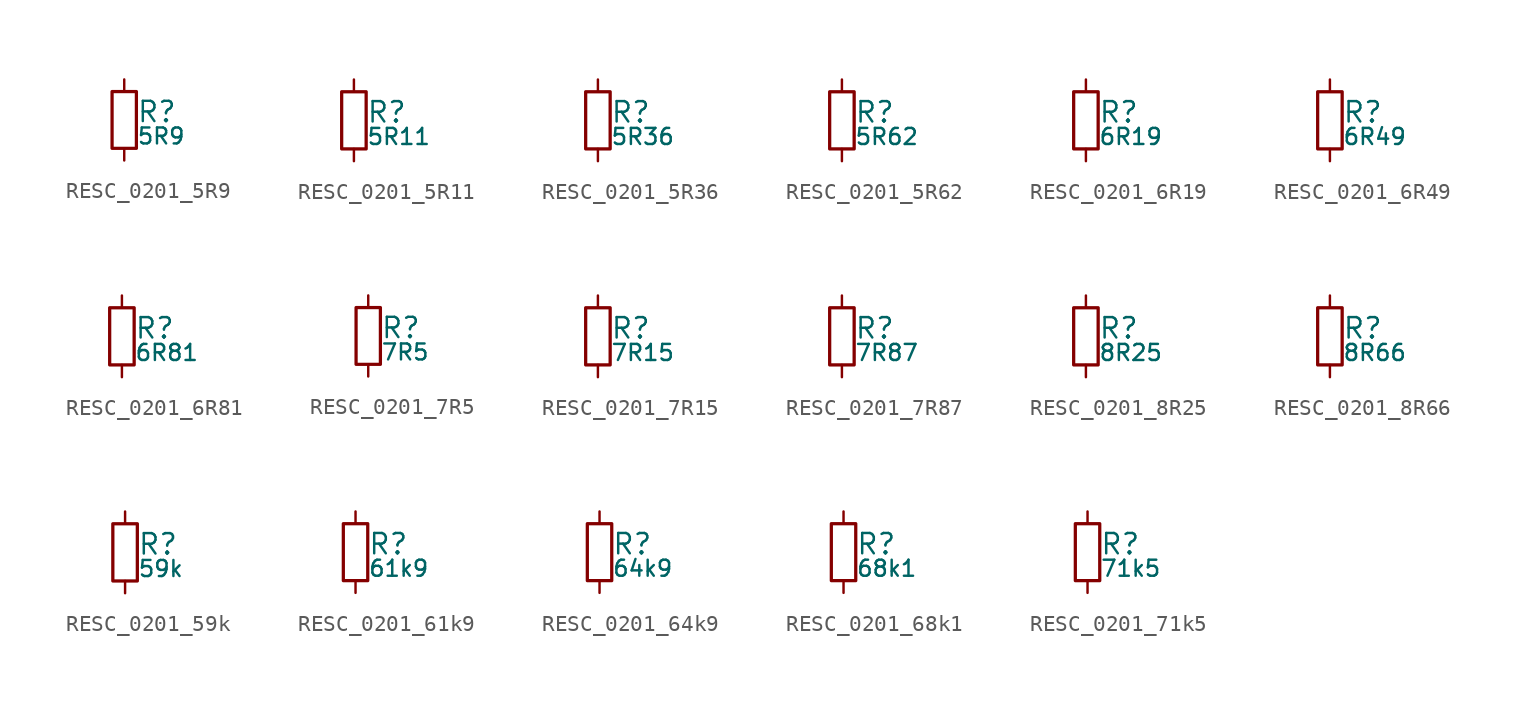
<source format=kicad_sym>
(kicad_symbol_lib
  (version 20211014)
  (generator kicad_LibGenerator)
  (symbol "RESC_0201_5R9"
    (pin_numbers hide)
    (pin_names
      (offset 0.254) hide)
    (property "Reference" "R"
      (at 0.762 0.508 0)
      (effects (font (size 1.27 1.27)) (justify left)))
    (property "Value" "5R9"
      (at 0.762 -1.016 0)
      (effects (font (size 1.00 1.00)) (justify left)))
    (symbol "RESC_0201_5R9_0_1"
      (rectangle (start -0.762 1.778) (end 0.762 -1.778) (stroke (width 0.203) (type default) (color 0 0 0 0)) (fill (type none))))
    (symbol "RESC_0201_5R9_1_1"
      (pin passive line (at 0 2.54 270) (length 0.762) (name "~" (effects (font (size 1.27 1.27)))) (number "1" (effects (font (size 1.27 1.27)))))
      (pin passive line (at 0 -2.54 90) (length 0.762) (name "~" (effects (font (size 1.27 1.27)))) (number "2" (effects (font (size 1.27 1.27)))))))
  (symbol "RESC_0201_5R11"
    (pin_numbers hide)
    (pin_names
      (offset 0.254) hide)
    (property "Reference" "R"
      (at 0.762 0.508 0)
      (effects (font (size 1.27 1.27)) (justify left)))
    (property "Value" "5R11"
      (at 0.762 -1.016 0)
      (effects (font (size 1.00 1.00)) (justify left)))
    (symbol "RESC_0201_5R11_0_1"
      (rectangle (start -0.762 1.778) (end 0.762 -1.778) (stroke (width 0.203) (type default) (color 0 0 0 0)) (fill (type none))))
    (symbol "RESC_0201_5R11_1_1"
      (pin passive line (at 0 2.54 270) (length 0.762) (name "~" (effects (font (size 1.27 1.27)))) (number "1" (effects (font (size 1.27 1.27)))))
      (pin passive line (at 0 -2.54 90) (length 0.762) (name "~" (effects (font (size 1.27 1.27)))) (number "2" (effects (font (size 1.27 1.27)))))))
  (symbol "RESC_0201_5R36"
    (pin_numbers hide)
    (pin_names
      (offset 0.254) hide)
    (property "Reference" "R"
      (at 0.762 0.508 0)
      (effects (font (size 1.27 1.27)) (justify left)))
    (property "Value" "5R36"
      (at 0.762 -1.016 0)
      (effects (font (size 1.00 1.00)) (justify left)))
    (symbol "RESC_0201_5R36_0_1"
      (rectangle (start -0.762 1.778) (end 0.762 -1.778) (stroke (width 0.203) (type default) (color 0 0 0 0)) (fill (type none))))
    (symbol "RESC_0201_5R36_1_1"
      (pin passive line (at 0 2.54 270) (length 0.762) (name "~" (effects (font (size 1.27 1.27)))) (number "1" (effects (font (size 1.27 1.27)))))
      (pin passive line (at 0 -2.54 90) (length 0.762) (name "~" (effects (font (size 1.27 1.27)))) (number "2" (effects (font (size 1.27 1.27)))))))
  (symbol "RESC_0201_5R62"
    (pin_numbers hide)
    (pin_names
      (offset 0.254) hide)
    (property "Reference" "R"
      (at 0.762 0.508 0)
      (effects (font (size 1.27 1.27)) (justify left)))
    (property "Value" "5R62"
      (at 0.762 -1.016 0)
      (effects (font (size 1.00 1.00)) (justify left)))
    (symbol "RESC_0201_5R62_0_1"
      (rectangle (start -0.762 1.778) (end 0.762 -1.778) (stroke (width 0.203) (type default) (color 0 0 0 0)) (fill (type none))))
    (symbol "RESC_0201_5R62_1_1"
      (pin passive line (at 0 2.54 270) (length 0.762) (name "~" (effects (font (size 1.27 1.27)))) (number "1" (effects (font (size 1.27 1.27)))))
      (pin passive line (at 0 -2.54 90) (length 0.762) (name "~" (effects (font (size 1.27 1.27)))) (number "2" (effects (font (size 1.27 1.27)))))))
  (symbol "RESC_0201_6R19"
    (pin_numbers hide)
    (pin_names
      (offset 0.254) hide)
    (property "Reference" "R"
      (at 0.762 0.508 0)
      (effects (font (size 1.27 1.27)) (justify left)))
    (property "Value" "6R19"
      (at 0.762 -1.016 0)
      (effects (font (size 1.00 1.00)) (justify left)))
    (symbol "RESC_0201_6R19_0_1"
      (rectangle (start -0.762 1.778) (end 0.762 -1.778) (stroke (width 0.203) (type default) (color 0 0 0 0)) (fill (type none))))
    (symbol "RESC_0201_6R19_1_1"
      (pin passive line (at 0 2.54 270) (length 0.762) (name "~" (effects (font (size 1.27 1.27)))) (number "1" (effects (font (size 1.27 1.27)))))
      (pin passive line (at 0 -2.54 90) (length 0.762) (name "~" (effects (font (size 1.27 1.27)))) (number "2" (effects (font (size 1.27 1.27)))))))
  (symbol "RESC_0201_6R49"
    (pin_numbers hide)
    (pin_names
      (offset 0.254) hide)
    (property "Reference" "R"
      (at 0.762 0.508 0)
      (effects (font (size 1.27 1.27)) (justify left)))
    (property "Value" "6R49"
      (at 0.762 -1.016 0)
      (effects (font (size 1.00 1.00)) (justify left)))
    (symbol "RESC_0201_6R49_0_1"
      (rectangle (start -0.762 1.778) (end 0.762 -1.778) (stroke (width 0.203) (type default) (color 0 0 0 0)) (fill (type none))))
    (symbol "RESC_0201_6R49_1_1"
      (pin passive line (at 0 2.54 270) (length 0.762) (name "~" (effects (font (size 1.27 1.27)))) (number "1" (effects (font (size 1.27 1.27)))))
      (pin passive line (at 0 -2.54 90) (length 0.762) (name "~" (effects (font (size 1.27 1.27)))) (number "2" (effects (font (size 1.27 1.27)))))))
  (symbol "RESC_0201_6R81"
    (pin_numbers hide)
    (pin_names
      (offset 0.254) hide)
    (property "Reference" "R"
      (at 0.762 0.508 0)
      (effects (font (size 1.27 1.27)) (justify left)))
    (property "Value" "6R81"
      (at 0.762 -1.016 0)
      (effects (font (size 1.00 1.00)) (justify left)))
    (symbol "RESC_0201_6R81_0_1"
      (rectangle (start -0.762 1.778) (end 0.762 -1.778) (stroke (width 0.203) (type default) (color 0 0 0 0)) (fill (type none))))
    (symbol "RESC_0201_6R81_1_1"
      (pin passive line (at 0 2.54 270) (length 0.762) (name "~" (effects (font (size 1.27 1.27)))) (number "1" (effects (font (size 1.27 1.27)))))
      (pin passive line (at 0 -2.54 90) (length 0.762) (name "~" (effects (font (size 1.27 1.27)))) (number "2" (effects (font (size 1.27 1.27)))))))
  (symbol "RESC_0201_7R5"
    (pin_numbers hide)
    (pin_names
      (offset 0.254) hide)
    (property "Reference" "R"
      (at 0.762 0.508 0)
      (effects (font (size 1.27 1.27)) (justify left)))
    (property "Value" "7R5"
      (at 0.762 -1.016 0)
      (effects (font (size 1.00 1.00)) (justify left)))
    (symbol "RESC_0201_7R5_0_1"
      (rectangle (start -0.762 1.778) (end 0.762 -1.778) (stroke (width 0.203) (type default) (color 0 0 0 0)) (fill (type none))))
    (symbol "RESC_0201_7R5_1_1"
      (pin passive line (at 0 2.54 270) (length 0.762) (name "~" (effects (font (size 1.27 1.27)))) (number "1" (effects (font (size 1.27 1.27)))))
      (pin passive line (at 0 -2.54 90) (length 0.762) (name "~" (effects (font (size 1.27 1.27)))) (number "2" (effects (font (size 1.27 1.27)))))))
  (symbol "RESC_0201_7R15"
    (pin_numbers hide)
    (pin_names
      (offset 0.254) hide)
    (property "Reference" "R"
      (at 0.762 0.508 0)
      (effects (font (size 1.27 1.27)) (justify left)))
    (property "Value" "7R15"
      (at 0.762 -1.016 0)
      (effects (font (size 1.00 1.00)) (justify left)))
    (symbol "RESC_0201_7R15_0_1"
      (rectangle (start -0.762 1.778) (end 0.762 -1.778) (stroke (width 0.203) (type default) (color 0 0 0 0)) (fill (type none))))
    (symbol "RESC_0201_7R15_1_1"
      (pin passive line (at 0 2.54 270) (length 0.762) (name "~" (effects (font (size 1.27 1.27)))) (number "1" (effects (font (size 1.27 1.27)))))
      (pin passive line (at 0 -2.54 90) (length 0.762) (name "~" (effects (font (size 1.27 1.27)))) (number "2" (effects (font (size 1.27 1.27)))))))
  (symbol "RESC_0201_7R87"
    (pin_numbers hide)
    (pin_names
      (offset 0.254) hide)
    (property "Reference" "R"
      (at 0.762 0.508 0)
      (effects (font (size 1.27 1.27)) (justify left)))
    (property "Value" "7R87"
      (at 0.762 -1.016 0)
      (effects (font (size 1.00 1.00)) (justify left)))
    (symbol "RESC_0201_7R87_0_1"
      (rectangle (start -0.762 1.778) (end 0.762 -1.778) (stroke (width 0.203) (type default) (color 0 0 0 0)) (fill (type none))))
    (symbol "RESC_0201_7R87_1_1"
      (pin passive line (at 0 2.54 270) (length 0.762) (name "~" (effects (font (size 1.27 1.27)))) (number "1" (effects (font (size 1.27 1.27)))))
      (pin passive line (at 0 -2.54 90) (length 0.762) (name "~" (effects (font (size 1.27 1.27)))) (number "2" (effects (font (size 1.27 1.27)))))))
  (symbol "RESC_0201_8R25"
    (pin_numbers hide)
    (pin_names
      (offset 0.254) hide)
    (property "Reference" "R"
      (at 0.762 0.508 0)
      (effects (font (size 1.27 1.27)) (justify left)))
    (property "Value" "8R25"
      (at 0.762 -1.016 0)
      (effects (font (size 1.00 1.00)) (justify left)))
    (symbol "RESC_0201_8R25_0_1"
      (rectangle (start -0.762 1.778) (end 0.762 -1.778) (stroke (width 0.203) (type default) (color 0 0 0 0)) (fill (type none))))
    (symbol "RESC_0201_8R25_1_1"
      (pin passive line (at 0 2.54 270) (length 0.762) (name "~" (effects (font (size 1.27 1.27)))) (number "1" (effects (font (size 1.27 1.27)))))
      (pin passive line (at 0 -2.54 90) (length 0.762) (name "~" (effects (font (size 1.27 1.27)))) (number "2" (effects (font (size 1.27 1.27)))))))
  (symbol "RESC_0201_8R66"
    (pin_numbers hide)
    (pin_names
      (offset 0.254) hide)
    (property "Reference" "R"
      (at 0.762 0.508 0)
      (effects (font (size 1.27 1.27)) (justify left)))
    (property "Value" "8R66"
      (at 0.762 -1.016 0)
      (effects (font (size 1.00 1.00)) (justify left)))
    (symbol "RESC_0201_8R66_0_1"
      (rectangle (start -0.762 1.778) (end 0.762 -1.778) (stroke (width 0.203) (type default) (color 0 0 0 0)) (fill (type none))))
    (symbol "RESC_0201_8R66_1_1"
      (pin passive line (at 0 2.54 270) (length 0.762) (name "~" (effects (font (size 1.27 1.27)))) (number "1" (effects (font (size 1.27 1.27)))))
      (pin passive line (at 0 -2.54 90) (length 0.762) (name "~" (effects (font (size 1.27 1.27)))) (number "2" (effects (font (size 1.27 1.27)))))))
  (symbol "RESC_0201_59k"
    (pin_numbers hide)
    (pin_names
      (offset 0.254) hide)
    (property "Reference" "R"
      (at 0.762 0.508 0)
      (effects (font (size 1.27 1.27)) (justify left)))
    (property "Value" "59k"
      (at 0.762 -1.016 0)
      (effects (font (size 1.00 1.00)) (justify left)))
    (symbol "RESC_0201_59k_0_1"
      (rectangle (start -0.762 1.778) (end 0.762 -1.778) (stroke (width 0.203) (type default) (color 0 0 0 0)) (fill (type none))))
    (symbol "RESC_0201_59k_1_1"
      (pin passive line (at 0 2.54 270) (length 0.762) (name "~" (effects (font (size 1.27 1.27)))) (number "1" (effects (font (size 1.27 1.27)))))
      (pin passive line (at 0 -2.54 90) (length 0.762) (name "~" (effects (font (size 1.27 1.27)))) (number "2" (effects (font (size 1.27 1.27)))))))
  (symbol "RESC_0201_61k9"
    (pin_numbers hide)
    (pin_names
      (offset 0.254) hide)
    (property "Reference" "R"
      (at 0.762 0.508 0)
      (effects (font (size 1.27 1.27)) (justify left)))
    (property "Value" "61k9"
      (at 0.762 -1.016 0)
      (effects (font (size 1.00 1.00)) (justify left)))
    (symbol "RESC_0201_61k9_0_1"
      (rectangle (start -0.762 1.778) (end 0.762 -1.778) (stroke (width 0.203) (type default) (color 0 0 0 0)) (fill (type none))))
    (symbol "RESC_0201_61k9_1_1"
      (pin passive line (at 0 2.54 270) (length 0.762) (name "~" (effects (font (size 1.27 1.27)))) (number "1" (effects (font (size 1.27 1.27)))))
      (pin passive line (at 0 -2.54 90) (length 0.762) (name "~" (effects (font (size 1.27 1.27)))) (number "2" (effects (font (size 1.27 1.27)))))))
  (symbol "RESC_0201_64k9"
    (pin_numbers hide)
    (pin_names
      (offset 0.254) hide)
    (property "Reference" "R"
      (at 0.762 0.508 0)
      (effects (font (size 1.27 1.27)) (justify left)))
    (property "Value" "64k9"
      (at 0.762 -1.016 0)
      (effects (font (size 1.00 1.00)) (justify left)))
    (symbol "RESC_0201_64k9_0_1"
      (rectangle (start -0.762 1.778) (end 0.762 -1.778) (stroke (width 0.203) (type default) (color 0 0 0 0)) (fill (type none))))
    (symbol "RESC_0201_64k9_1_1"
      (pin passive line (at 0 2.54 270) (length 0.762) (name "~" (effects (font (size 1.27 1.27)))) (number "1" (effects (font (size 1.27 1.27)))))
      (pin passive line (at 0 -2.54 90) (length 0.762) (name "~" (effects (font (size 1.27 1.27)))) (number "2" (effects (font (size 1.27 1.27)))))))
  (symbol "RESC_0201_68k1"
    (pin_numbers hide)
    (pin_names
      (offset 0.254) hide)
    (property "Reference" "R"
      (at 0.762 0.508 0)
      (effects (font (size 1.27 1.27)) (justify left)))
    (property "Value" "68k1"
      (at 0.762 -1.016 0)
      (effects (font (size 1.00 1.00)) (justify left)))
    (symbol "RESC_0201_68k1_0_1"
      (rectangle (start -0.762 1.778) (end 0.762 -1.778) (stroke (width 0.203) (type default) (color 0 0 0 0)) (fill (type none))))
    (symbol "RESC_0201_68k1_1_1"
      (pin passive line (at 0 2.54 270) (length 0.762) (name "~" (effects (font (size 1.27 1.27)))) (number "1" (effects (font (size 1.27 1.27)))))
      (pin passive line (at 0 -2.54 90) (length 0.762) (name "~" (effects (font (size 1.27 1.27)))) (number "2" (effects (font (size 1.27 1.27)))))))
  (symbol "RESC_0201_71k5"
    (pin_numbers hide)
    (pin_names
      (offset 0.254) hide)
    (property "Reference" "R"
      (at 0.762 0.508 0)
      (effects (font (size 1.27 1.27)) (justify left)))
    (property "Value" "71k5"
      (at 0.762 -1.016 0)
      (effects (font (size 1.00 1.00)) (justify left)))
    (symbol "RESC_0201_71k5_0_1"
      (rectangle (start -0.762 1.778) (end 0.762 -1.778) (stroke (width 0.203) (type default) (color 0 0 0 0)) (fill (type none))))
    (symbol "RESC_0201_71k5_1_1"
      (pin passive line (at 0 2.54 270) (length 0.762) (name "~" (effects (font (size 1.27 1.27)))) (number "1" (effects (font (size 1.27 1.27)))))
      (pin passive line (at 0 -2.54 90) (length 0.762) (name "~" (effects (font (size 1.27 1.27)))) (number "2" (effects (font (size 1.27 1.27))))))))
</source>
